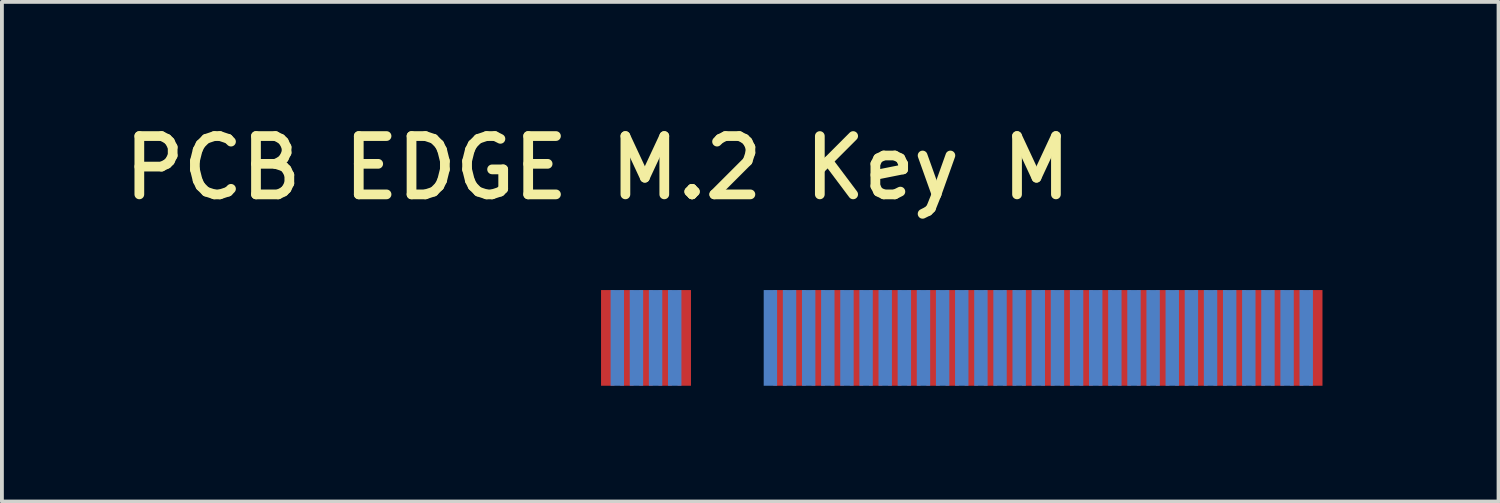
<source format=kicad_pcb>
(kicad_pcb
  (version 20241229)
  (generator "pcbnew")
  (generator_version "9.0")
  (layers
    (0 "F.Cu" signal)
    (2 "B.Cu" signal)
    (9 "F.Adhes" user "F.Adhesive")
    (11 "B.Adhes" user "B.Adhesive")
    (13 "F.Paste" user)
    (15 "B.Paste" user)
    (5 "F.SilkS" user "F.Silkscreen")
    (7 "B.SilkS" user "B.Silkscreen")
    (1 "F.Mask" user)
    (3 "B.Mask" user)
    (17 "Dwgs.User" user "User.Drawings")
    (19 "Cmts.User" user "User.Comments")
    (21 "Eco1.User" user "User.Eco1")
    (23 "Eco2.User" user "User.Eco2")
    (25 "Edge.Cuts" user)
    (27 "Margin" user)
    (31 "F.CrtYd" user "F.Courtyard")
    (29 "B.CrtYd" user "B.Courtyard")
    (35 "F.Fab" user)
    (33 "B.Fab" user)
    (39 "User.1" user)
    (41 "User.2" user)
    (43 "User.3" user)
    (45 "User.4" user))
  (footprint "PCB EDGE M.2 Key M"
    (layer "F.Cu")
    (at 11.079 2.829)
    (property "Reference" "PCB EDGE M.2 Key M" (at 1.486 -1.492 0) (unlocked yes) (layer "F.SilkS") (effects (font (size 1.524 1.524) (thickness 0.254))))
    (fp_line (start 0.2 0.2) (end 0.55 0.2) (stroke (width 0.05) (type solid)) (layer "User.1"))
    (fp_line (start 1.05 4) (end 1.05 0.7) (stroke (width 0.05) (type solid)) (layer "User.1"))
    (fp_line (start 1.25 4.2) (end 4.275 4.2) (stroke (width 0.05) (type solid)) (layer "User.1"))
    (fp_line (start 4.275 4.2) (end 4.275 1.3) (stroke (width 0.05) (type solid)) (layer "User.1"))
    (fp_line (start 5.475 4.2) (end 5.475 1.3) (stroke (width 0.05) (type solid)) (layer "User.1"))
    (fp_line (start 5.475 4.2) (end 16 4.2) (stroke (width 0.05) (type solid)) (layer "User.1"))
    (fp_line (start 16 4.2) (end 20.75 4.2) (stroke (width 0.05) (type solid)) (layer "User.1"))
    (fp_line (start 20.95 4) (end 20.95 0.7) (stroke (width 0.05) (type solid)) (layer "User.1"))
    (fp_line (start 21.45 0.2) (end 21.8 0.2) (stroke (width 0.05) (type solid)) (layer "User.1"))
    (fp_arc (start 0.2 0.2) (mid 0.058579 0.141421) (end 0 0) (stroke (width 0.05) (type solid)) (layer "User.1"))
    (fp_arc (start 0.55 0.2) (mid 0.903553 0.346447) (end 1.05 0.7) (stroke (width 0.05) (type solid)) (layer "User.1"))
    (fp_arc (start 1.25 4.2) (mid 1.108579 4.141421) (end 1.05 4) (stroke (width 0.05) (type solid)) (layer "User.1"))
    (fp_arc (start 4.275 1.3) (mid 4.450736 0.875736) (end 4.875 0.7) (stroke (width 0.05) (type solid)) (layer "User.1"))
    (fp_arc (start 4.875 0.7) (mid 5.299264 0.875736) (end 5.475 1.3) (stroke (width 0.05) (type solid)) (layer "User.1"))
    (fp_arc (start 20.95 0.7) (mid 21.096447 0.346447) (end 21.45 0.2) (stroke (width 0.05) (type solid)) (layer "User.1"))
    (fp_arc (start 20.95 4) (mid 20.891421 4.141421) (end 20.75 4.2) (stroke (width 0.05) (type solid)) (layer "User.1"))
    (fp_arc (start 22 0) (mid 21.941421 0.141421) (end 21.8 0.2) (stroke (width 0.05) (type solid)) (layer "User.1"))
    (pad "1" smd rect (at 20.25 2.95) (size 0.35 2.5) (layers "F.Cu" "F.Mask" "F.Paste"))
    (pad "2" smd rect (at 20 2.95) (size 0.35 2.5) (layers "B.Cu" "B.Mask" "B.Paste"))
    (pad "3" smd rect (at 19.75 2.95) (size 0.35 2.5) (layers "F.Cu" "F.Mask" "F.Paste"))
    (pad "4" smd rect (at 19.5 2.95) (size 0.35 2.5) (layers "B.Cu" "B.Mask" "B.Paste"))
    (pad "5" smd rect (at 19.25 2.95) (size 0.35 2.5) (layers "F.Cu" "F.Mask" "F.Paste"))
    (pad "6" smd rect (at 19 2.95) (size 0.35 2.5) (layers "B.Cu" "B.Mask" "B.Paste"))
    (pad "7" smd rect (at 18.75 2.95) (size 0.35 2.5) (layers "F.Cu" "F.Mask" "F.Paste"))
    (pad "8" smd rect (at 18.5 2.95) (size 0.35 2.5) (layers "B.Cu" "B.Mask" "B.Paste"))
    (pad "9" smd rect (at 18.25 2.95) (size 0.35 2.5) (layers "F.Cu" "F.Mask" "F.Paste"))
    (pad "10" smd rect (at 18 2.95) (size 0.35 2.5) (layers "B.Cu" "B.Mask" "B.Paste"))
    (pad "11" smd rect (at 17.75 2.95) (size 0.35 2.5) (layers "F.Cu" "F.Mask" "F.Paste"))
    (pad "12" smd rect (at 17.5 2.95) (size 0.35 2.5) (layers "B.Cu" "B.Mask" "B.Paste"))
    (pad "13" smd rect (at 17.25 2.95) (size 0.35 2.5) (layers "F.Cu" "F.Mask" "F.Paste"))
    (pad "14" smd rect (at 17 2.95) (size 0.35 2.5) (layers "B.Cu" "B.Mask" "B.Paste"))
    (pad "15" smd rect (at 16.75 2.95) (size 0.35 2.5) (layers "F.Cu" "F.Mask" "F.Paste"))
    (pad "16" smd rect (at 16.5 2.95) (size 0.35 2.5) (layers "B.Cu" "B.Mask" "B.Paste"))
    (pad "17" smd rect (at 16.25 2.95) (size 0.35 2.5) (layers "F.Cu" "F.Mask" "F.Paste"))
    (pad "18" smd rect (at 16 2.95) (size 0.35 2.5) (layers "B.Cu" "B.Mask" "B.Paste"))
    (pad "19" smd rect (at 15.75 2.95) (size 0.35 2.5) (layers "F.Cu" "F.Mask" "F.Paste"))
    (pad "20" smd rect (at 15.5 2.95) (size 0.35 2.5) (layers "B.Cu" "B.Mask" "B.Paste"))
    (pad "21" smd rect (at 15.25 2.95) (size 0.35 2.5) (layers "F.Cu" "F.Mask" "F.Paste"))
    (pad "22" smd rect (at 15 2.95) (size 0.35 2.5) (layers "B.Cu" "B.Mask" "B.Paste"))
    (pad "23" smd rect (at 14.75 2.95) (size 0.35 2.5) (layers "F.Cu" "F.Mask" "F.Paste"))
    (pad "24" smd rect (at 14.5 2.95) (size 0.35 2.5) (layers "B.Cu" "B.Mask" "B.Paste"))
    (pad "25" smd rect (at 14.25 2.95) (size 0.35 2.5) (layers "F.Cu" "F.Mask" "F.Paste"))
    (pad "26" smd rect (at 14 2.95) (size 0.35 2.5) (layers "B.Cu" "B.Mask" "B.Paste"))
    (pad "27" smd rect (at 13.75 2.95) (size 0.35 2.5) (layers "F.Cu" "F.Mask" "F.Paste"))
    (pad "28" smd rect (at 13.5 2.95) (size 0.35 2.5) (layers "B.Cu" "B.Mask" "B.Paste"))
    (pad "29" smd rect (at 13.25 2.95) (size 0.35 2.5) (layers "F.Cu" "F.Mask" "F.Paste"))
    (pad "30" smd rect (at 13 2.95) (size 0.35 2.5) (layers "B.Cu" "B.Mask" "B.Paste"))
    (pad "31" smd rect (at 12.75 2.95) (size 0.35 2.5) (layers "F.Cu" "F.Mask" "F.Paste"))
    (pad "32" smd rect (at 12.5 2.95) (size 0.35 2.5) (layers "B.Cu" "B.Mask" "B.Paste"))
    (pad "33" smd rect (at 12.25 2.95) (size 0.35 2.5) (layers "F.Cu" "F.Mask" "F.Paste"))
    (pad "34" smd rect (at 12 2.95) (size 0.35 2.5) (layers "B.Cu" "B.Mask" "B.Paste"))
    (pad "35" smd rect (at 11.75 2.95) (size 0.35 2.5) (layers "F.Cu" "F.Mask" "F.Paste"))
    (pad "36" smd rect (at 11.5 2.95) (size 0.35 2.5) (layers "B.Cu" "B.Mask" "B.Paste"))
    (pad "37" smd rect (at 11.25 2.95) (size 0.35 2.5) (layers "F.Cu" "F.Mask" "F.Paste"))
    (pad "38" smd rect (at 11 2.95) (size 0.35 2.5) (layers "B.Cu" "B.Mask" "B.Paste"))
    (pad "39" smd rect (at 10.75 2.95) (size 0.35 2.5) (layers "F.Cu" "F.Mask" "F.Paste"))
    (pad "40" smd rect (at 10.5 2.95) (size 0.35 2.5) (layers "B.Cu" "B.Mask" "B.Paste"))
    (pad "41" smd rect (at 10.25 2.95) (size 0.35 2.5) (layers "F.Cu" "F.Mask" "F.Paste"))
    (pad "42" smd rect (at 10 2.95) (size 0.35 2.5) (layers "B.Cu" "B.Mask" "B.Paste"))
    (pad "43" smd rect (at 9.75 2.95) (size 0.35 2.5) (layers "F.Cu" "F.Mask" "F.Paste"))
    (pad "44" smd rect (at 9.5 2.95) (size 0.35 2.5) (layers "B.Cu" "B.Mask" "B.Paste"))
    (pad "45" smd rect (at 9.25 2.95) (size 0.35 2.5) (layers "F.Cu" "F.Mask" "F.Paste"))
    (pad "46" smd rect (at 9 2.95) (size 0.35 2.5) (layers "B.Cu" "B.Mask" "B.Paste"))
    (pad "47" smd rect (at 8.75 2.95) (size 0.35 2.5) (layers "F.Cu" "F.Mask" "F.Paste"))
    (pad "48" smd rect (at 8.5 2.95) (size 0.35 2.5) (layers "B.Cu" "B.Mask" "B.Paste"))
    (pad "49" smd rect (at 8.25 2.95) (size 0.35 2.5) (layers "F.Cu" "F.Mask" "F.Paste"))
    (pad "50" smd rect (at 8 2.95) (size 0.35 2.5) (layers "B.Cu" "B.Mask" "B.Paste"))
    (pad "51" smd rect (at 7.75 2.95) (size 0.35 2.5) (layers "F.Cu" "F.Mask" "F.Paste"))
    (pad "52" smd rect (at 7.5 2.95) (size 0.35 2.5) (layers "B.Cu" "B.Mask" "B.Paste"))
    (pad "53" smd rect (at 7.25 2.95) (size 0.35 2.5) (layers "F.Cu" "F.Mask" "F.Paste"))
    (pad "54" smd rect (at 7 2.95) (size 0.35 2.5) (layers "B.Cu" "B.Mask" "B.Paste"))
    (pad "55" smd rect (at 6.75 2.95) (size 0.35 2.5) (layers "F.Cu" "F.Mask" "F.Paste"))
    (pad "56" smd rect (at 6.5 2.95) (size 0.35 2.5) (layers "B.Cu" "B.Mask" "B.Paste"))
    (pad "57" smd rect (at 6.25 2.95) (size 0.35 2.5) (layers "F.Cu" "F.Mask" "F.Paste"))
    (pad "58" smd rect (at 6 2.95) (size 0.35 2.5) (layers "B.Cu" "B.Mask" "B.Paste"))
    (pad "67" smd rect (at 3.75 2.95) (size 0.35 2.5) (layers "F.Cu" "F.Mask" "F.Paste"))
    (pad "68" smd rect (at 3.5 2.95) (size 0.35 2.5) (layers "B.Cu" "B.Mask" "B.Paste"))
    (pad "69" smd rect (at 3.25 2.95) (size 0.35 2.5) (layers "F.Cu" "F.Mask" "F.Paste"))
    (pad "70" smd rect (at 3 2.95) (size 0.35 2.5) (layers "B.Cu" "B.Mask" "B.Paste"))
    (pad "71" smd rect (at 2.75 2.95) (size 0.35 2.5) (layers "F.Cu" "F.Mask" "F.Paste"))
    (pad "72" smd rect (at 2.5 2.95) (size 0.35 2.5) (layers "B.Cu" "B.Mask" "B.Paste"))
    (pad "73" smd rect (at 2.25 2.95) (size 0.35 2.5) (layers "F.Cu" "F.Mask" "F.Paste"))
    (pad "74" smd rect (at 2 2.95) (size 0.35 2.5) (layers "B.Cu" "B.Mask" "B.Paste"))
    (pad "75" smd rect (at 1.75 2.95) (size 0.35 2.5) (layers "F.Cu" "F.Mask" "F.Paste")))
  (gr_rect
    (start -3 -3)
    (end 36.104 10.054)
    (stroke (width 0.1) (type default))
    (fill no)
    (layer "Edge.Cuts")))
</source>
